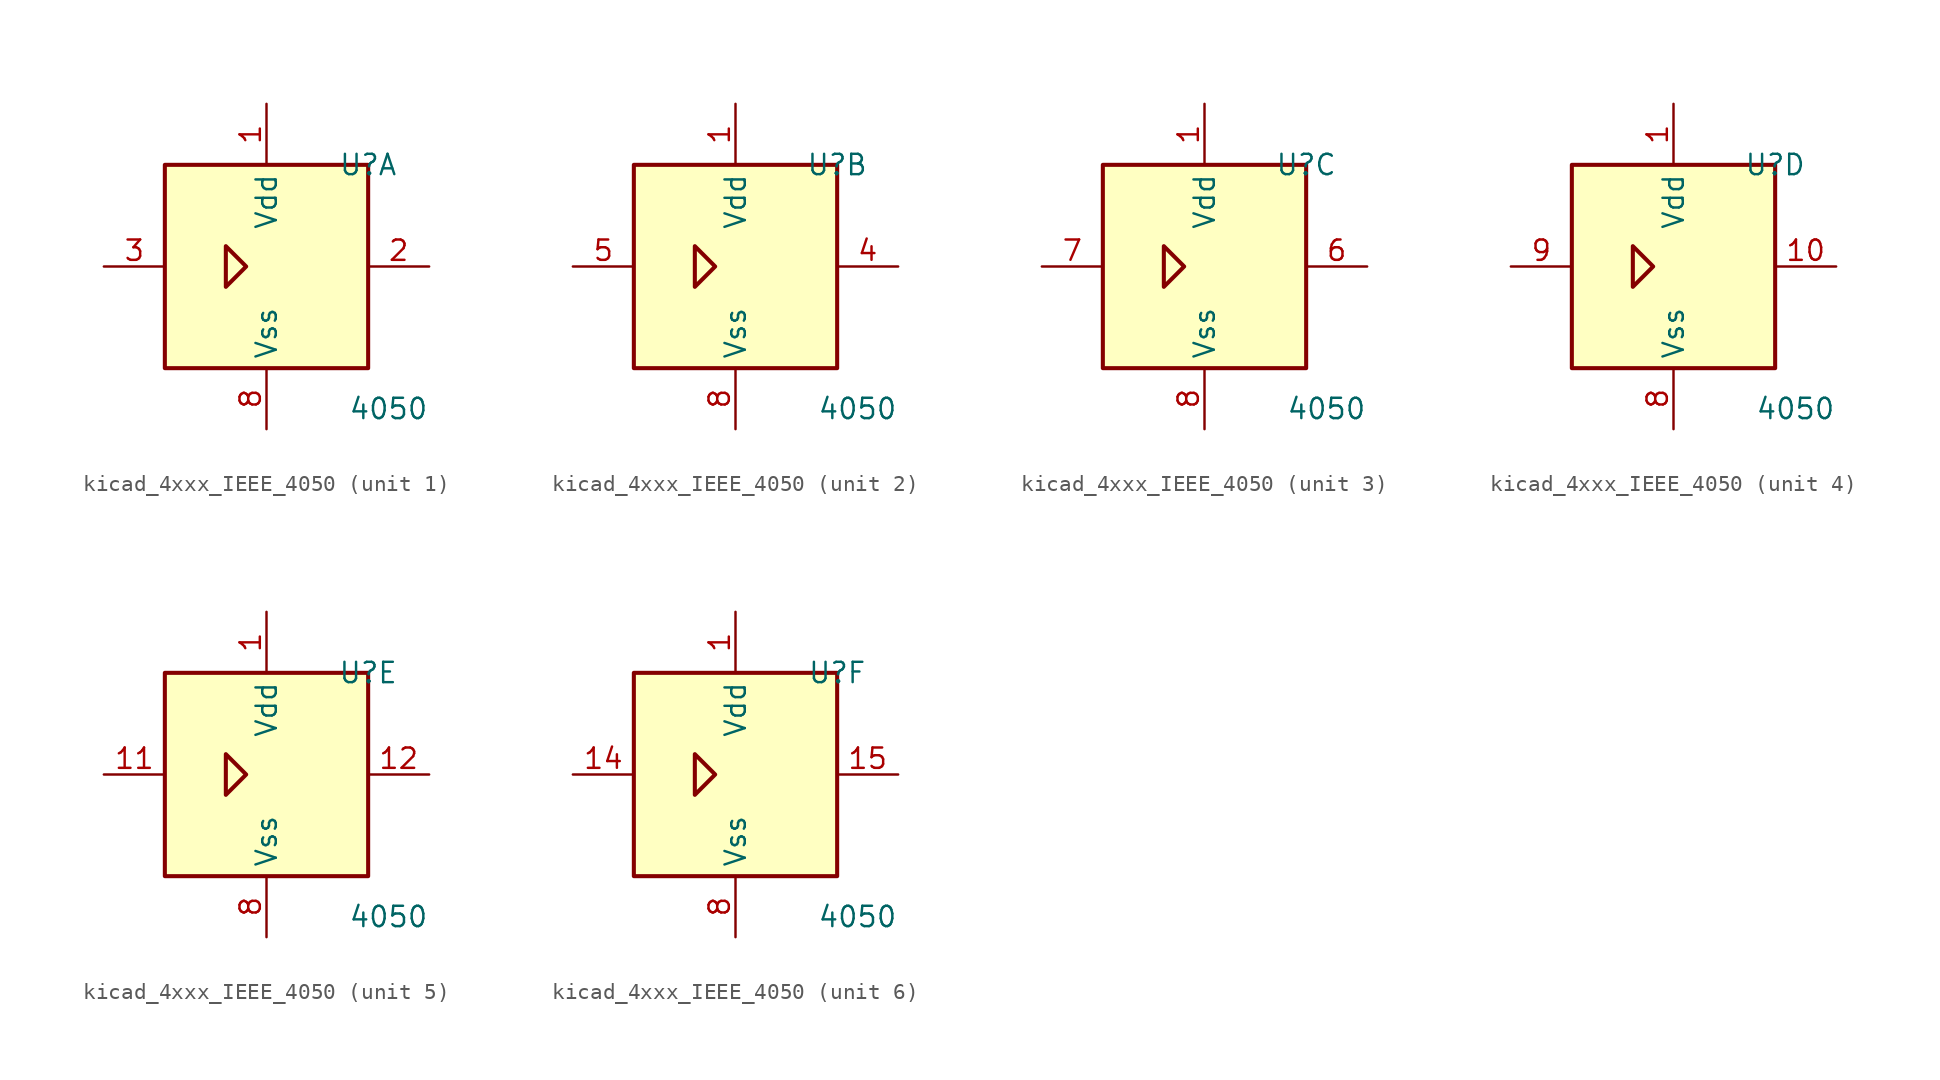
<source format=kicad_sym>
(kicad_symbol_lib
  (version 20220914)
  (generator kicad_symbol_editor)
  (symbol "kicad_4xxx_IEEE_4050"
    (property "Reference" "U"
      (at 6.35 6.35 0)
      (effects (font (size 1.27 1.27))))
    (property "Value" "4050"
      (at 7.62 -8.89 0)
      (effects (font (size 1.27 1.27))))
    (symbol "kicad_4xxx_IEEE_4050_0_0"
      (polyline (pts (xy -2.54 1.27) (xy -2.54 -1.27) (xy -1.27 0) (xy -2.54 1.27) (xy -2.54 1.27)) (stroke (width 0.254) (type default)) (fill (type background)))
      (pin power_in line (at 0 10.16 270) (length 3.81) (name "Vdd" (effects (font (size 1.27 1.27)))) (number "1" (effects (font (size 1.27 1.27)))))
      (pin power_in line (at 0 -10.16 90) (length 3.81) (name "Vss" (effects (font (size 1.27 1.27)))) (number "8" (effects (font (size 1.27 1.27))))))
    (symbol "kicad_4xxx_IEEE_4050_0_1"
      (rectangle (start -6.35 6.35) (end 6.35 -6.35) (stroke (width 0.254) (type default)) (fill (type background))))
    (symbol "kicad_4xxx_IEEE_4050_1_1"
      (pin output line (at 10.16 0 180) (length 3.81) (name "~" (effects (font (size 1.27 1.27)))) (number "2" (effects (font (size 1.27 1.27)))))
      (pin input line (at -10.16 0 0) (length 3.81) (name "~" (effects (font (size 1.27 1.27)))) (number "3" (effects (font (size 1.27 1.27))))))
    (symbol "kicad_4xxx_IEEE_4050_2_1"
      (pin output line (at 10.16 0 180) (length 3.81) (name "~" (effects (font (size 1.27 1.27)))) (number "4" (effects (font (size 1.27 1.27)))))
      (pin input line (at -10.16 0 0) (length 3.81) (name "~" (effects (font (size 1.27 1.27)))) (number "5" (effects (font (size 1.27 1.27))))))
    (symbol "kicad_4xxx_IEEE_4050_3_1"
      (pin output line (at 10.16 0 180) (length 3.81) (name "~" (effects (font (size 1.27 1.27)))) (number "6" (effects (font (size 1.27 1.27)))))
      (pin input line (at -10.16 0 0) (length 3.81) (name "~" (effects (font (size 1.27 1.27)))) (number "7" (effects (font (size 1.27 1.27))))))
    (symbol "kicad_4xxx_IEEE_4050_4_1"
      (pin output line (at 10.16 0 180) (length 3.81) (name "~" (effects (font (size 1.27 1.27)))) (number "10" (effects (font (size 1.27 1.27)))))
      (pin input line (at -10.16 0 0) (length 3.81) (name "~" (effects (font (size 1.27 1.27)))) (number "9" (effects (font (size 1.27 1.27))))))
    (symbol "kicad_4xxx_IEEE_4050_5_1"
      (pin input line (at -10.16 0 0) (length 3.81) (name "~" (effects (font (size 1.27 1.27)))) (number "11" (effects (font (size 1.27 1.27)))))
      (pin output line (at 10.16 0 180) (length 3.81) (name "~" (effects (font (size 1.27 1.27)))) (number "12" (effects (font (size 1.27 1.27))))))
    (symbol "kicad_4xxx_IEEE_4050_6_1"
      (pin input line (at -10.16 0 0) (length 3.81) (name "~" (effects (font (size 1.27 1.27)))) (number "14" (effects (font (size 1.27 1.27)))))
      (pin output line (at 10.16 0 180) (length 3.81) (name "~" (effects (font (size 1.27 1.27)))) (number "15" (effects (font (size 1.27 1.27))))))))
</source>
